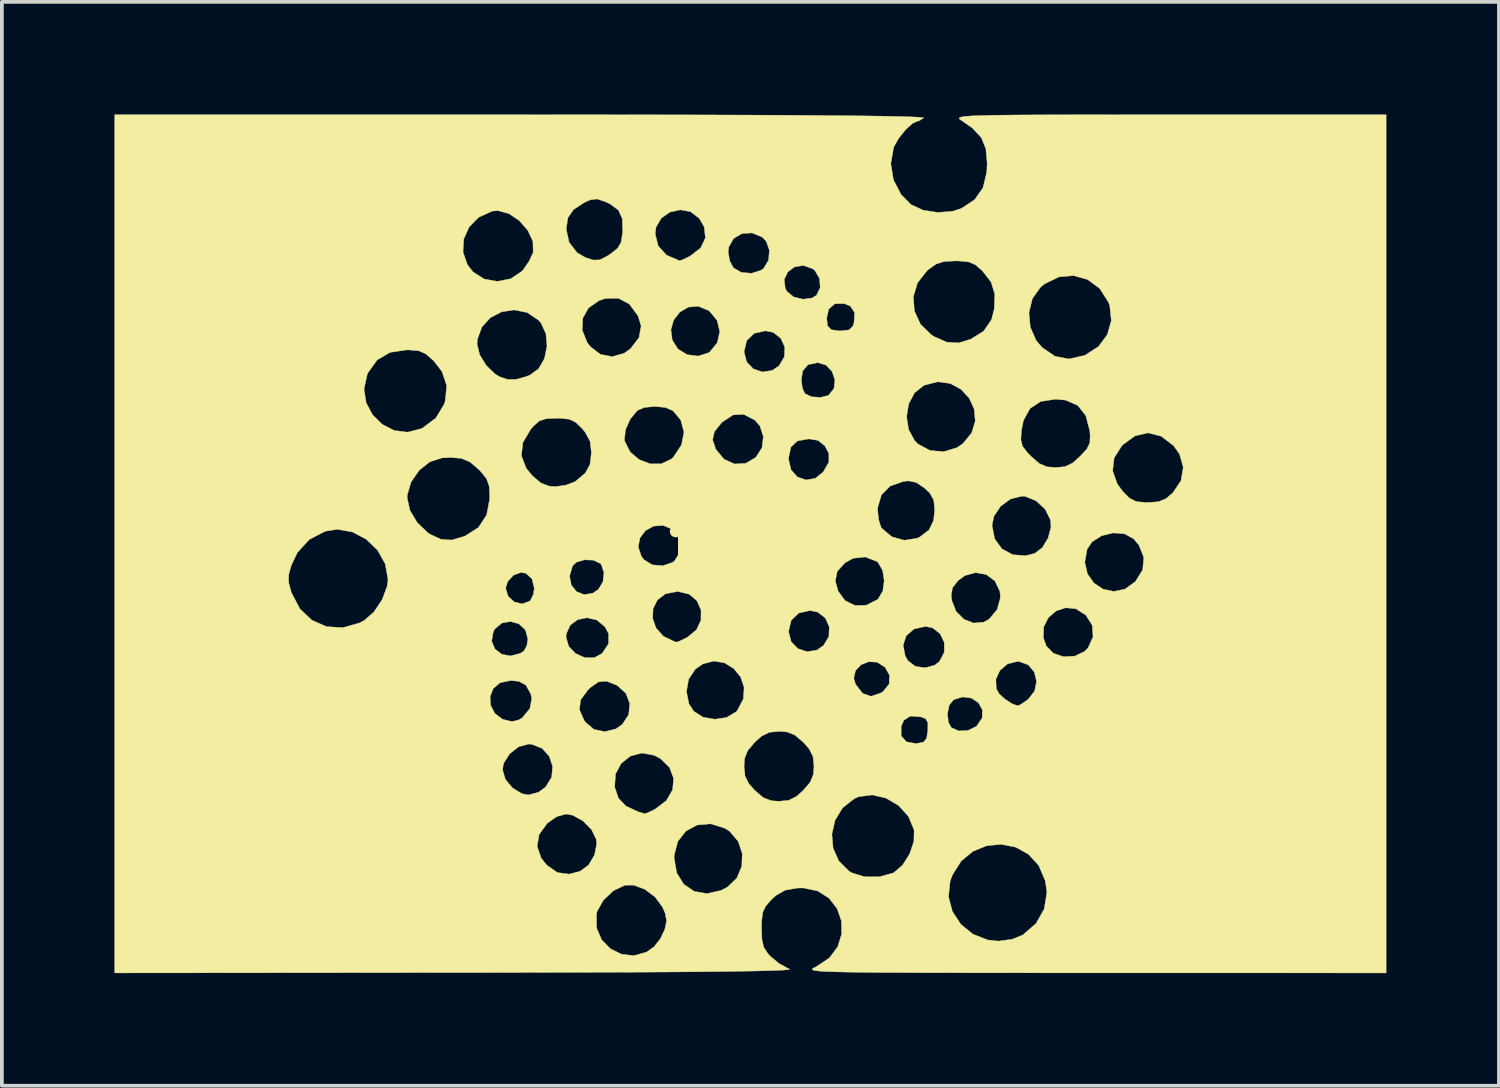
<source format=kicad_pcb>
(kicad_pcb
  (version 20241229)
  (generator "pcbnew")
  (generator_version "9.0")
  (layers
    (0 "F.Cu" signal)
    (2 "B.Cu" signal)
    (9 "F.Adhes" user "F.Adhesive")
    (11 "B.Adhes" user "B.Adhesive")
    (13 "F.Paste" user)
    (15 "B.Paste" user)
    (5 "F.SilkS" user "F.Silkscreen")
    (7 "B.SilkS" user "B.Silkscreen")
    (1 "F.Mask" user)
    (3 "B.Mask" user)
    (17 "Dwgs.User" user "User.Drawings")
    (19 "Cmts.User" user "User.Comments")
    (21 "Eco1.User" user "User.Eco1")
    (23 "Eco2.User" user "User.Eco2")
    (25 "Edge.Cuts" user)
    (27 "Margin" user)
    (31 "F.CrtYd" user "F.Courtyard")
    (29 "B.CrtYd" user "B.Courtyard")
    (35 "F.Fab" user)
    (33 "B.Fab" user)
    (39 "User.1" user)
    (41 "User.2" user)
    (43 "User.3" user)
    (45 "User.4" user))
  (footprint "test"
    (layer "F.Cu")
    (at 16.938 11.435)
    (property "Reference" "test" (at 0 0 0) (layer "F.SilkS") (effects (font (size 1.524 1.524) (thickness 0.3))))
    (attr through_hole)
    (fp_poly (pts (xy -4.32 -11.429) (xy -2.673 -11.427) (xy -1.193 -11.424) (xy 0.119 -11.419) (xy 1.265 -11.414) (xy 2.242 -11.406) (xy 3.052 -11.398) (xy 3.694 -11.388) (xy 4.167 -11.377) (xy 4.471 -11.364) (xy 4.607 -11.351) (xy 4.614 -11.345) (xy 4.491 -11.265) (xy 4.456 -11.261) (xy 4.313 -11.195) (xy 4.131 -11.028) (xy 3.955 -10.808) (xy 3.826 -10.584) (xy 3.815 -10.557) (xy 3.739 -10.129) (xy 3.81 -9.695) (xy 4.014 -9.302) (xy 4.281 -9.034) (xy 4.598 -8.887) (xy 4.991 -8.826) (xy 5.386 -8.857) (xy 5.619 -8.933) (xy 5.973 -9.167) (xy 6.194 -9.482) (xy 6.296 -9.9) (xy 6.306 -10.134) (xy 6.271 -10.524) (xy 6.149 -10.821) (xy 5.913 -11.074) (xy 5.63 -11.272) (xy 5.584 -11.302) (xy 5.56 -11.329) (xy 5.57 -11.351) (xy 5.623 -11.37) (xy 5.733 -11.386) (xy 5.91 -11.399) (xy 6.165 -11.408) (xy 6.51 -11.416) (xy 6.956 -11.421) (xy 7.514 -11.425) (xy 8.196 -11.428) (xy 9.013 -11.429) (xy 9.976 -11.43) (xy 11.097 -11.43) (xy 11.155 -11.43) (xy 16.933 -11.43) (xy 16.933 11.43) (xy 9.165 11.428) (xy 7.844 11.428) (xy 6.682 11.427) (xy 5.67 11.426) (xy 4.798 11.425) (xy 4.057 11.422) (xy 3.436 11.419) (xy 2.926 11.414) (xy 2.518 11.407) (xy 2.201 11.399) (xy 1.965 11.39) (xy 1.802 11.378) (xy 1.701 11.363) (xy 1.652 11.346) (xy 1.646 11.327) (xy 1.673 11.304) (xy 1.724 11.278) (xy 1.75 11.266) (xy 2.102 11.032) (xy 2.326 10.731) (xy 2.431 10.391) (xy 2.423 10.043) (xy 2.309 9.717) (xy 2.097 9.442) (xy 2.033 9.4) (xy 5.277 9.4) (xy 5.38 9.792) (xy 5.604 10.134) (xy 5.928 10.398) (xy 6.326 10.553) (xy 6.604 10.583) (xy 6.97 10.533) (xy 7.256 10.418) (xy 7.608 10.113) (xy 7.826 9.724) (xy 7.897 9.284) (xy 7.855 8.978) (xy 7.678 8.566) (xy 7.404 8.267) (xy 7.063 8.08) (xy 6.683 8.005) (xy 6.296 8.042) (xy 5.929 8.19) (xy 5.615 8.45) (xy 5.381 8.821) (xy 5.32 8.988) (xy 5.277 9.4) (xy 2.033 9.4) (xy 1.795 9.248) (xy 1.409 9.166) (xy 1.241 9.17) (xy 0.924 9.228) (xy 0.683 9.364) (xy 0.564 9.473) (xy 0.41 9.646) (xy 0.33 9.812) (xy 0.3 10.039) (xy 0.296 10.241) (xy 0.308 10.545) (xy 0.356 10.747) (xy 0.463 10.912) (xy 0.535 10.99) (xy 0.763 11.179) (xy 1.01 11.314) (xy 1.043 11.326) (xy 1.025 11.341) (xy 0.871 11.355) (xy 0.578 11.367) (xy 0.142 11.378) (xy -0.439 11.388) (xy -1.17 11.397) (xy -2.053 11.404) (xy -3.091 11.41) (xy -4.287 11.414) (xy -5.646 11.418) (xy -7.169 11.421) (xy -7.811 11.421) (xy -16.933 11.43) (xy -16.933 9.863) (xy -4.101 9.863) (xy -4.097 10.232) (xy -3.963 10.546) (xy -3.73 10.785) (xy -3.432 10.932) (xy -3.101 10.969) (xy -2.769 10.875) (xy -2.564 10.731) (xy -2.403 10.526) (xy -2.282 10.275) (xy -2.282 10.274) (xy -2.233 10.048) (xy -2.27 9.84) (xy -2.343 9.673) (xy -2.54 9.406) (xy -2.815 9.201) (xy -3.114 9.091) (xy -3.341 9.093) (xy -3.649 9.24) (xy -3.913 9.488) (xy -4.08 9.782) (xy -4.101 9.863) (xy -16.933 9.863) (xy -16.933 8.059) (xy -5.681 8.059) (xy -5.57 8.377) (xy -5.425 8.558) (xy -5.142 8.756) (xy -4.828 8.798) (xy -4.539 8.724) (xy -4.312 8.558) (xy -4.197 8.364) (xy -2.032 8.364) (xy -1.963 8.765) (xy -1.775 9.068) (xy -1.496 9.258) (xy -1.154 9.317) (xy -0.779 9.231) (xy -0.618 9.148) (xy -0.362 8.904) (xy -0.23 8.589) (xy -0.218 8.248) (xy -0.327 7.923) (xy -0.487 7.735) (xy 2.17 7.735) (xy 2.203 8.109) (xy 2.354 8.449) (xy 2.624 8.717) (xy 2.7 8.763) (xy 3.04 8.868) (xy 3.431 8.87) (xy 3.792 8.771) (xy 3.822 8.757) (xy 4.053 8.559) (xy 4.241 8.259) (xy 4.354 7.925) (xy 4.361 7.622) (xy 4.36 7.62) (xy 4.207 7.258) (xy 3.944 6.969) (xy 3.61 6.773) (xy 3.243 6.688) (xy 2.881 6.737) (xy 2.767 6.787) (xy 2.454 7.035) (xy 2.254 7.364) (xy 2.17 7.735) (xy -0.487 7.735) (xy -0.553 7.658) (xy -0.684 7.574) (xy -1.062 7.458) (xy -1.416 7.489) (xy -1.716 7.65) (xy -1.931 7.922) (xy -2.029 8.286) (xy -2.032 8.364) (xy -4.197 8.364) (xy -4.153 8.291) (xy -4.094 7.99) (xy -4.107 7.87) (xy -4.234 7.609) (xy -4.463 7.379) (xy -4.735 7.229) (xy -4.908 7.197) (xy -5.162 7.267) (xy -5.41 7.442) (xy -5.627 7.74) (xy -5.681 8.059) (xy -16.933 8.059) (xy -16.933 6.011) (xy -6.604 6.011) (xy -6.529 6.27) (xy -6.339 6.502) (xy -6.086 6.655) (xy -5.911 6.689) (xy -5.644 6.617) (xy -5.457 6.481) (xy -5.453 6.474) (xy -3.615 6.474) (xy -3.613 6.486) (xy -3.517 6.774) (xy -3.319 6.983) (xy -2.993 7.136) (xy -2.811 7.19) (xy -2.727 7.16) (xy -2.556 7.078) (xy -2.541 7.07) (xy -2.238 6.839) (xy -2.073 6.553) (xy -2.045 6.248) (xy -2.154 5.958) (xy -2.186 5.927) (xy -0.169 5.927) (xy -0.143 6.186) (xy -0.041 6.392) (xy 0.119 6.57) (xy 0.34 6.759) (xy 0.55 6.842) (xy 0.762 6.858) (xy 1.021 6.832) (xy 1.227 6.729) (xy 1.405 6.57) (xy 1.594 6.349) (xy 1.678 6.139) (xy 1.693 5.927) (xy 1.667 5.667) (xy 1.565 5.462) (xy 1.405 5.283) (xy 1.184 5.094) (xy 0.974 5.011) (xy 0.762 4.995) (xy 0.503 5.021) (xy 0.297 5.124) (xy 0.119 5.283) (xy -0.07 5.504) (xy -0.154 5.714) (xy -0.169 5.927) (xy -2.186 5.927) (xy -2.399 5.719) (xy -2.562 5.633) (xy -2.893 5.573) (xy -3.198 5.655) (xy -3.443 5.85) (xy -3.593 6.132) (xy -3.615 6.474) (xy -5.453 6.474) (xy -5.295 6.219) (xy -5.268 5.931) (xy -5.358 5.66) (xy -5.548 5.449) (xy -5.821 5.34) (xy -5.911 5.334) (xy -6.176 5.407) (xy -6.413 5.593) (xy -6.57 5.84) (xy -6.604 6.011) (xy -16.933 6.011) (xy -16.933 4.071) (xy -6.934 4.071) (xy -6.919 4.304) (xy -6.807 4.518) (xy -6.601 4.675) (xy -6.345 4.735) (xy -6.17 4.69) (xy -6.08 4.636) (xy -5.896 4.416) (xy -4.555 4.416) (xy -4.428 4.704) (xy -4.397 4.749) (xy -4.167 4.943) (xy -3.878 5.004) (xy -3.581 4.929) (xy -3.491 4.866) (xy 4.015 4.866) (xy 4.016 5.115) (xy 4.153 5.273) (xy 4.404 5.32) (xy 4.438 5.317) (xy 4.613 5.281) (xy 4.693 5.183) (xy 4.725 4.977) (xy 4.727 4.764) (xy 4.667 4.658) (xy 4.535 4.608) (xy 4.26 4.589) (xy 4.086 4.701) (xy 4.015 4.866) (xy -3.491 4.866) (xy -3.413 4.811) (xy -3.242 4.55) (xy -3.213 4.256) (xy -3.318 3.98) (xy -3.366 3.937) (xy -1.703 3.937) (xy -1.638 4.261) (xy -1.509 4.461) (xy -1.259 4.619) (xy -0.947 4.673) (xy -0.634 4.625) (xy -0.464 4.525) (xy 5.248 4.525) (xy 5.274 4.757) (xy 5.351 4.894) (xy 5.547 4.984) (xy 5.795 4.972) (xy 6.017 4.863) (xy 6.026 4.855) (xy 6.172 4.641) (xy 6.179 4.424) (xy 6.076 4.237) (xy 5.89 4.111) (xy 5.649 4.079) (xy 5.413 4.152) (xy 5.296 4.297) (xy 5.248 4.525) (xy -0.464 4.525) (xy -0.383 4.476) (xy -0.345 4.434) (xy -0.187 4.127) (xy -0.168 3.824) (xy -0.249 3.584) (xy 2.753 3.584) (xy 2.801 3.741) (xy 2.988 3.984) (xy 3.208 4.062) (xy 3.469 3.976) (xy 3.537 3.932) (xy 3.696 3.734) (xy 3.7 3.606) (xy 6.538 3.606) (xy 6.549 3.854) (xy 6.625 3.995) (xy 6.775 4.133) (xy 6.966 4.257) (xy 7.119 4.315) (xy 7.122 4.315) (xy 7.217 4.27) (xy 7.38 4.155) (xy 7.397 4.143) (xy 7.571 3.921) (xy 7.621 3.664) (xy 7.562 3.417) (xy 7.404 3.225) (xy 7.162 3.135) (xy 7.115 3.133) (xy 6.847 3.2) (xy 6.646 3.373) (xy 6.538 3.606) (xy 3.7 3.606) (xy 3.704 3.496) (xy 3.585 3.288) (xy 3.379 3.154) (xy 3.152 3.14) (xy 2.945 3.222) (xy 2.799 3.378) (xy 2.753 3.584) (xy -0.249 3.584) (xy -0.262 3.547) (xy -0.444 3.322) (xy -0.689 3.172) (xy -0.972 3.123) (xy -1.267 3.199) (xy -1.469 3.34) (xy -1.646 3.609) (xy -1.703 3.937) (xy -3.366 3.937) (xy -3.55 3.771) (xy -3.562 3.765) (xy -3.834 3.658) (xy -4.049 3.679) (xy -4.27 3.835) (xy -4.325 3.888) (xy -4.521 4.154) (xy -4.555 4.416) (xy -5.896 4.416) (xy -5.873 4.388) (xy -5.824 4.112) (xy -5.856 3.986) (xy -5.981 3.764) (xy -6.171 3.662) (xy -6.386 3.642) (xy -6.669 3.701) (xy -6.851 3.857) (xy -6.934 4.071) (xy -16.933 4.071) (xy -16.933 2.593) (xy -6.892 2.593) (xy -6.806 2.801) (xy -6.626 2.94) (xy -6.388 2.987) (xy -6.131 2.918) (xy -6.032 2.855) (xy -5.955 2.716) (xy -5.927 2.532) (xy -5.941 2.482) (xy -4.911 2.482) (xy -4.839 2.731) (xy -4.658 2.921) (xy -4.416 3.03) (xy -4.162 3.035) (xy -3.949 2.92) (xy -3.779 2.661) (xy -3.777 2.395) (xy -3.873 2.212) (xy -4.091 2.03) (xy -4.277 1.986) (xy -2.604 1.986) (xy -2.514 2.243) (xy -2.32 2.461) (xy -2.023 2.605) (xy -1.964 2.619) (xy -1.88 2.588) (xy -1.708 2.505) (xy -1.685 2.494) (xy -1.494 2.337) (xy 1.016 2.337) (xy 1.086 2.607) (xy 1.265 2.792) (xy 1.508 2.873) (xy 1.769 2.832) (xy 1.947 2.709) (xy 1.953 2.699) (xy 4.068 2.699) (xy 4.123 2.987) (xy 4.196 3.114) (xy 4.392 3.263) (xy 4.652 3.303) (xy 4.909 3.233) (xy 5.035 3.135) (xy 5.164 2.89) (xy 5.164 2.627) (xy 5.104 2.501) (xy 7.802 2.501) (xy 7.88 2.72) (xy 8.07 2.915) (xy 8.34 3.007) (xy 8.635 2.992) (xy 8.897 2.869) (xy 8.994 2.771) (xy 9.127 2.476) (xy 9.104 2.168) (xy 8.936 1.901) (xy 8.673 1.732) (xy 8.398 1.703) (xy 8.142 1.789) (xy 7.937 1.967) (xy 7.813 2.212) (xy 7.802 2.501) (xy 5.104 2.501) (xy 5.053 2.394) (xy 4.851 2.239) (xy 4.662 2.201) (xy 4.357 2.269) (xy 4.152 2.448) (xy 4.068 2.699) (xy 1.953 2.699) (xy 2.09 2.469) (xy 2.1 2.21) (xy 1.996 1.978) (xy 1.795 1.82) (xy 1.589 1.778) (xy 1.285 1.846) (xy 1.087 2.037) (xy 1.016 2.334) (xy 1.016 2.337) (xy -1.494 2.337) (xy -1.438 2.292) (xy -1.318 2.036) (xy -1.315 1.766) (xy -1.421 1.522) (xy -1.628 1.343) (xy -1.928 1.27) (xy -1.944 1.27) (xy -2.262 1.332) (xy -2.478 1.496) (xy -2.592 1.725) (xy -2.604 1.986) (xy -4.277 1.986) (xy -4.348 1.969) (xy -4.599 2.019) (xy -4.8 2.166) (xy -4.905 2.401) (xy -4.911 2.482) (xy -5.941 2.482) (xy -5.995 2.29) (xy -6.166 2.132) (xy -6.391 2.069) (xy -6.621 2.111) (xy -6.807 2.267) (xy -6.848 2.34) (xy -6.892 2.593) (xy -16.933 2.593) (xy -16.933 1.027) (xy -12.301 1.027) (xy -12.232 1.28) (xy -12.225 1.3) (xy -12.002 1.729) (xy -11.681 2.034) (xy -11.291 2.206) (xy -10.858 2.233) (xy -10.411 2.107) (xy -10.287 2.042) (xy -10.028 1.815) (xy -9.811 1.49) (xy -9.696 1.185) (xy -6.519 1.185) (xy -6.452 1.401) (xy -6.288 1.548) (xy -6.08 1.6) (xy -5.884 1.529) (xy -5.859 1.507) (xy -5.781 1.349) (xy -5.757 1.185) (xy -5.818 0.93) (xy -5.895 0.862) (xy -4.817 0.862) (xy -4.77 1.1) (xy -4.63 1.274) (xy -4.428 1.354) (xy -4.194 1.313) (xy -4.05 1.215) (xy -3.929 1.015) (xy -3.926 0.992) (xy 2.262 0.992) (xy 2.336 1.259) (xy 2.522 1.514) (xy 2.786 1.642) (xy 3.085 1.637) (xy 3.376 1.489) (xy 3.408 1.462) (xy 3.466 1.362) (xy 5.348 1.362) (xy 5.364 1.507) (xy 5.478 1.801) (xy 5.686 2.009) (xy 5.947 2.111) (xy 6.217 2.086) (xy 6.357 2.008) (xy 6.572 1.751) (xy 6.659 1.435) (xy 6.645 1.265) (xy 6.511 0.988) (xy 6.281 0.818) (xy 6 0.768) (xy 5.71 0.847) (xy 5.532 0.98) (xy 5.384 1.166) (xy 5.348 1.362) (xy 3.466 1.362) (xy 3.527 1.257) (xy 3.564 0.982) (xy 3.521 0.706) (xy 3.401 0.498) (xy 3.394 0.492) (xy 8.907 0.492) (xy 8.977 0.799) (xy 9.149 1.044) (xy 9.393 1.207) (xy 9.679 1.268) (xy 9.977 1.207) (xy 10.253 1.007) (xy 10.448 0.694) (xy 10.479 0.363) (xy 10.348 0.035) (xy 10.209 -0.132) (xy 9.966 -0.267) (xy 9.664 -0.29) (xy 9.357 -0.215) (xy 9.102 -0.053) (xy 8.969 0.143) (xy 8.907 0.492) (xy 3.394 0.492) (xy 3.368 0.47) (xy 3.061 0.351) (xy 2.738 0.385) (xy 2.519 0.506) (xy 2.313 0.735) (xy 2.262 0.992) (xy -3.926 0.992) (xy -3.9 0.769) (xy -3.969 0.557) (xy -3.996 0.525) (xy -4.18 0.436) (xy -4.418 0.426) (xy -4.634 0.49) (xy -4.738 0.587) (xy -4.817 0.862) (xy -5.895 0.862) (xy -5.982 0.785) (xy -6.107 0.762) (xy -6.31 0.835) (xy -6.468 1.009) (xy -6.519 1.185) (xy -9.696 1.185) (xy -9.677 1.136) (xy -9.653 0.949) (xy -9.727 0.536) (xy -9.93 0.171) (xy -10.024 0.08) (xy -2.988 0.08) (xy -2.906 0.331) (xy -2.834 0.426) (xy -2.611 0.56) (xy -2.333 0.584) (xy -2.075 0.496) (xy -2.018 0.453) (xy -1.888 0.237) (xy -1.866 -0.027) (xy -1.95 -0.27) (xy -2.051 -0.376) (xy -2.322 -0.489) (xy -2.58 -0.471) (xy -2.796 -0.35) (xy -2.941 -0.157) (xy -2.988 0.08) (xy -10.024 0.08) (xy -10.231 -0.12) (xy -10.598 -0.314) (xy -10.997 -0.385) (xy -11.324 -0.335) (xy -11.749 -0.115) (xy -12.067 0.232) (xy -12.225 0.563) (xy -12.299 0.822) (xy -12.301 1.027) (xy -16.933 1.027) (xy -16.933 -1.228) (xy -9.143 -1.228) (xy -9.07 -0.893) (xy -8.873 -0.562) (xy -8.59 -0.292) (xy -8.531 -0.254) (xy -8.235 -0.117) (xy -7.952 -0.101) (xy -7.614 -0.202) (xy -7.595 -0.21) (xy -7.244 -0.436) (xy -7.027 -0.766) (xy -7.002 -0.895) (xy 3.389 -0.895) (xy 3.416 -0.641) (xy 3.477 -0.446) (xy 3.495 -0.417) (xy 3.768 -0.187) (xy 4.099 -0.094) (xy 4.439 -0.148) (xy 4.514 -0.183) (xy 4.757 -0.369) (xy 4.817 -0.493) (xy 6.435 -0.493) (xy 6.506 -0.133) (xy 6.701 0.135) (xy 6.988 0.291) (xy 7.338 0.315) (xy 7.576 0.255) (xy 7.776 0.101) (xy 7.93 -0.155) (xy 8.006 -0.443) (xy 7.994 -0.633) (xy 7.85 -0.921) (xy 7.608 -1.146) (xy 7.322 -1.263) (xy 7.236 -1.27) (xy 6.931 -1.195) (xy 6.665 -1.002) (xy 6.485 -0.733) (xy 6.435 -0.493) (xy 4.817 -0.493) (xy 4.88 -0.623) (xy 4.908 -0.903) (xy 4.884 -1.163) (xy 4.78 -1.35) (xy 4.64 -1.483) (xy 4.419 -1.634) (xy 4.214 -1.676) (xy 4.078 -1.663) (xy 3.722 -1.537) (xy 3.489 -1.302) (xy 3.392 -0.971) (xy 3.389 -0.895) (xy -7.002 -0.895) (xy -6.944 -1.199) (xy -6.943 -1.259) (xy -6.959 -1.54) (xy -7.03 -1.737) (xy -7.19 -1.934) (xy -7.242 -1.987) (xy -7.466 -2.177) (xy -7.694 -2.275) (xy -7.987 -2.3) (xy -8.213 -2.288) (xy -8.535 -2.186) (xy -8.823 -1.958) (xy -9.037 -1.649) (xy -9.14 -1.303) (xy -9.143 -1.228) (xy -16.933 -1.228) (xy -16.933 -2.351) (xy -6.101 -2.351) (xy -5.973 -2.014) (xy -5.808 -1.812) (xy -5.579 -1.619) (xy -5.361 -1.536) (xy -5.192 -1.524) (xy -4.916 -1.562) (xy -4.676 -1.654) (xy -4.654 -1.668) (xy -4.401 -1.881) (xy -4.274 -2.109) (xy -4.236 -2.419) (xy -4.236 -2.433) (xy -4.27 -2.73) (xy -4.296 -2.778) (xy -3.356 -2.778) (xy -3.348 -2.735) (xy -3.204 -2.448) (xy -2.963 -2.242) (xy -2.671 -2.132) (xy -2.37 -2.132) (xy -2.105 -2.258) (xy -2.052 -2.307) (xy -1.835 -2.637) (xy -1.809 -2.771) (xy -1.007 -2.771) (xy -0.924 -2.525) (xy -0.918 -2.513) (xy -0.701 -2.253) (xy -0.423 -2.127) (xy -0.126 -2.143) (xy 0.064 -2.255) (xy 1.016 -2.255) (xy 1.082 -1.971) (xy 1.252 -1.781) (xy 1.482 -1.701) (xy 1.73 -1.745) (xy 1.941 -1.916) (xy 1.956 -1.943) (xy 9.649 -1.943) (xy 9.774 -1.592) (xy 9.915 -1.4) (xy 10.102 -1.212) (xy 10.278 -1.125) (xy 10.526 -1.101) (xy 10.586 -1.101) (xy 10.869 -1.121) (xy 11.071 -1.203) (xy 11.254 -1.361) (xy 11.469 -1.682) (xy 11.529 -2.036) (xy 11.432 -2.387) (xy 11.274 -2.611) (xy 10.944 -2.865) (xy 10.596 -2.954) (xy 10.247 -2.877) (xy 9.916 -2.635) (xy 9.893 -2.611) (xy 9.688 -2.287) (xy 9.649 -1.943) (xy 1.956 -1.943) (xy 2.09 -2.174) (xy 2.09 -2.406) (xy 1.985 -2.606) (xy 1.804 -2.754) (xy 1.555 -2.794) (xy 1.255 -2.741) (xy 1.079 -2.576) (xy 1.016 -2.287) (xy 1.016 -2.255) (xy 0.064 -2.255) (xy 0.143 -2.301) (xy 0.308 -2.558) (xy 0.345 -2.857) (xy 0.253 -3.14) (xy 0.116 -3.296) (xy -0.056 -3.385) (xy 4.161 -3.385) (xy 4.214 -3.041) (xy 4.378 -2.743) (xy 4.459 -2.662) (xy 4.782 -2.487) (xy 5.147 -2.454) (xy 5.502 -2.562) (xy 5.66 -2.669) (xy 5.743 -2.771) (xy 7.204 -2.771) (xy 7.247 -2.6) (xy 7.377 -2.43) (xy 7.474 -2.331) (xy 7.695 -2.139) (xy 7.898 -2.051) (xy 8.128 -2.032) (xy 8.381 -2.056) (xy 8.582 -2.153) (xy 8.782 -2.331) (xy 8.962 -2.526) (xy 9.041 -2.688) (xy 9.049 -2.89) (xy 9.037 -3.018) (xy 8.932 -3.417) (xy 8.719 -3.686) (xy 8.395 -3.827) (xy 8.128 -3.852) (xy 7.731 -3.791) (xy 7.448 -3.604) (xy 7.274 -3.288) (xy 7.219 -3.018) (xy 7.204 -2.771) (xy 5.743 -2.771) (xy 5.895 -2.956) (xy 5.989 -3.271) (xy 5.961 -3.588) (xy 5.828 -3.879) (xy 5.61 -4.115) (xy 5.325 -4.27) (xy 4.991 -4.316) (xy 4.627 -4.224) (xy 4.626 -4.223) (xy 4.373 -4.023) (xy 4.216 -3.728) (xy 4.161 -3.385) (xy -0.056 -3.385) (xy -0.178 -3.448) (xy -0.461 -3.433) (xy -0.743 -3.248) (xy -0.769 -3.224) (xy -0.959 -2.987) (xy -1.007 -2.771) (xy -1.809 -2.771) (xy -1.769 -2.977) (xy -1.857 -3.299) (xy -2.063 -3.546) (xy -2.264 -3.631) (xy -2.544 -3.66) (xy -2.821 -3.632) (xy -3.01 -3.553) (xy -3.2 -3.324) (xy -3.326 -3.042) (xy -3.356 -2.778) (xy -4.296 -2.778) (xy -4.403 -2.975) (xy -4.48 -3.068) (xy -4.652 -3.236) (xy -4.821 -3.318) (xy -5.06 -3.343) (xy -5.167 -3.344) (xy -5.442 -3.332) (xy -5.619 -3.275) (xy -5.773 -3.142) (xy -5.851 -3.051) (xy -6.06 -2.699) (xy -6.101 -2.351) (xy -16.933 -2.351) (xy -16.933 -4.12) (xy -10.292 -4.12) (xy -10.235 -3.756) (xy -10.064 -3.435) (xy -9.806 -3.181) (xy -9.486 -3.018) (xy -9.129 -2.973) (xy -8.763 -3.069) (xy -8.737 -3.082) (xy -8.379 -3.35) (xy -8.158 -3.716) (xy -8.129 -3.806) (xy -8.089 -4.213) (xy -8.138 -4.36) (xy 1.355 -4.36) (xy 1.386 -4.141) (xy 1.456 -3.996) (xy 1.629 -3.917) (xy 1.865 -3.9) (xy 2.069 -3.95) (xy 2.084 -3.959) (xy 2.227 -4.138) (xy 2.251 -4.366) (xy 2.174 -4.591) (xy 2.012 -4.761) (xy 1.793 -4.826) (xy 1.532 -4.771) (xy 1.39 -4.6) (xy 1.355 -4.36) (xy -8.138 -4.36) (xy -8.213 -4.587) (xy -8.44 -4.878) (xy -8.642 -5.056) (xy -8.833 -5.141) (xy -9.094 -5.164) (xy -9.155 -5.165) (xy -9.599 -5.099) (xy -9.94 -4.899) (xy -10.182 -4.563) (xy -10.21 -4.501) (xy -10.292 -4.12) (xy -16.933 -4.12) (xy -16.933 -5.317) (xy -7.281 -5.317) (xy -7.211 -5.034) (xy -7.033 -4.745) (xy -6.791 -4.515) (xy -6.666 -4.444) (xy -6.459 -4.376) (xy -6.26 -4.376) (xy -5.999 -4.447) (xy -5.878 -4.491) (xy -5.641 -4.662) (xy -5.485 -4.936) (xy -5.418 -5.265) (xy -5.447 -5.598) (xy -5.489 -5.689) (xy -4.479 -5.689) (xy -4.347 -5.361) (xy -4.268 -5.256) (xy -3.995 -5.046) (xy -3.678 -4.986) (xy -3.36 -5.077) (xy -3.191 -5.2) (xy -2.967 -5.494) (xy -2.929 -5.704) (xy -2.118 -5.704) (xy -2.082 -5.429) (xy -1.933 -5.191) (xy -1.686 -5.038) (xy -1.389 -5.001) (xy -1.116 -5.088) (xy -1.083 -5.111) (xy -1.08 -5.114) (xy -0.169 -5.114) (xy -0.099 -4.843) (xy 0.08 -4.658) (xy 0.323 -4.577) (xy 0.583 -4.619) (xy 0.762 -4.741) (xy 0.905 -4.982) (xy 0.915 -5.241) (xy 0.811 -5.473) (xy 0.61 -5.631) (xy 0.404 -5.673) (xy 0.099 -5.605) (xy -0.098 -5.413) (xy -0.169 -5.117) (xy -0.169 -5.114) (xy -1.08 -5.114) (xy -0.882 -5.357) (xy -0.816 -5.653) (xy -0.886 -5.949) (xy -0.94 -6.015) (xy 2.032 -6.015) (xy 2.055 -5.805) (xy 2.151 -5.703) (xy 2.362 -5.673) (xy 2.425 -5.673) (xy 2.631 -5.698) (xy 2.732 -5.8) (xy 2.759 -5.884) (xy 2.777 -6.157) (xy 2.662 -6.331) (xy 2.5 -6.399) (xy 2.251 -6.395) (xy 2.086 -6.252) (xy 2.032 -6.015) (xy -0.94 -6.015) (xy -1.089 -6.196) (xy -1.114 -6.214) (xy -1.392 -6.329) (xy -1.655 -6.304) (xy -1.88 -6.172) (xy -2.043 -5.962) (xy -2.118 -5.704) (xy -2.929 -5.704) (xy -2.911 -5.803) (xy -2.993 -6.072) (xy -3.226 -6.386) (xy -3.516 -6.541) (xy -3.857 -6.536) (xy -4.028 -6.48) (xy -4.313 -6.283) (xy -4.466 -6.008) (xy -4.479 -5.689) (xy -5.489 -5.689) (xy -5.581 -5.888) (xy -5.64 -5.955) (xy -5.946 -6.16) (xy -6.287 -6.23) (xy -6.626 -6.179) (xy -6.928 -6.022) (xy -7.155 -5.771) (xy -7.273 -5.442) (xy -7.281 -5.317) (xy -16.933 -5.317) (xy -16.933 -7.77) (xy -7.655 -7.77) (xy -7.538 -7.434) (xy -7.391 -7.245) (xy -7.089 -7.052) (xy -6.737 -6.99) (xy -6.48 -7.041) (xy 0.9 -7.041) (xy 0.927 -6.807) (xy 0.973 -6.721) (xy 1.154 -6.575) (xy 1.404 -6.515) (xy 1.648 -6.549) (xy 1.7 -6.582) (xy 4.34 -6.582) (xy 4.367 -6.203) (xy 4.529 -5.851) (xy 4.822 -5.564) (xy 4.892 -5.521) (xy 5.233 -5.37) (xy 5.546 -5.352) (xy 5.866 -5.449) (xy 6.214 -5.666) (xy 6.423 -5.972) (xy 6.471 -6.162) (xy 7.42 -6.162) (xy 7.454 -5.775) (xy 7.612 -5.416) (xy 7.767 -5.232) (xy 8.114 -4.995) (xy 8.484 -4.924) (xy 8.893 -5.016) (xy 8.921 -5.027) (xy 9.271 -5.254) (xy 9.507 -5.573) (xy 9.613 -5.947) (xy 9.572 -6.34) (xy 9.537 -6.436) (xy 9.304 -6.8) (xy 8.984 -7.038) (xy 8.61 -7.144) (xy 8.218 -7.109) (xy 7.84 -6.926) (xy 7.726 -6.833) (xy 7.51 -6.53) (xy 7.42 -6.162) (xy 6.471 -6.162) (xy 6.495 -6.254) (xy 6.508 -6.654) (xy 6.411 -6.971) (xy 6.186 -7.263) (xy 6.174 -7.275) (xy 5.992 -7.433) (xy 5.81 -7.51) (xy 5.554 -7.534) (xy 5.457 -7.535) (xy 5.157 -7.519) (xy 4.945 -7.451) (xy 4.74 -7.305) (xy 4.706 -7.276) (xy 4.452 -6.953) (xy 4.34 -6.582) (xy 1.7 -6.582) (xy 1.761 -6.621) (xy 1.859 -6.824) (xy 1.841 -7.068) (xy 1.719 -7.278) (xy 1.66 -7.326) (xy 1.41 -7.414) (xy 1.176 -7.375) (xy 0.995 -7.241) (xy 0.9 -7.041) (xy -6.48 -7.041) (xy -6.387 -7.059) (xy -6.091 -7.256) (xy -6.053 -7.298) (xy -5.896 -7.525) (xy -5.793 -7.747) (xy -5.786 -7.77) (xy -5.794 -8.057) (xy -5.929 -8.348) (xy -5.959 -8.382) (xy -4.906 -8.382) (xy -4.83 -8.031) (xy -4.618 -7.756) (xy -4.403 -7.629) (xy -4.182 -7.558) (xy -4.013 -7.564) (xy -3.821 -7.66) (xy -3.717 -7.729) (xy -3.535 -7.874) (xy -3.444 -8.035) (xy -3.409 -8.261) (xy -2.537 -8.261) (xy -2.457 -7.936) (xy -2.237 -7.691) (xy -1.896 -7.544) (xy -1.88 -7.541) (xy -1.795 -7.572) (xy -1.624 -7.654) (xy -1.607 -7.663) (xy -1.469 -7.77) (xy -0.593 -7.77) (xy -0.548 -7.529) (xy -0.453 -7.352) (xy -0.24 -7.228) (xy 0.033 -7.206) (xy 0.287 -7.288) (xy 0.353 -7.337) (xy 0.483 -7.552) (xy 0.505 -7.817) (xy 0.421 -8.059) (xy 0.32 -8.166) (xy 0.042 -8.281) (xy -0.229 -8.263) (xy -0.449 -8.131) (xy -0.577 -7.904) (xy -0.593 -7.77) (xy -1.469 -7.77) (xy -1.326 -7.88) (xy -1.199 -8.148) (xy -1.232 -8.444) (xy -1.361 -8.667) (xy -1.592 -8.846) (xy -1.868 -8.896) (xy -2.143 -8.835) (xy -2.373 -8.675) (xy -2.514 -8.434) (xy -2.537 -8.261) (xy -3.409 -8.261) (xy -3.406 -8.283) (xy -3.403 -8.328) (xy -3.413 -8.663) (xy -3.516 -8.889) (xy -3.74 -9.054) (xy -3.875 -9.116) (xy -4.088 -9.185) (xy -4.265 -9.163) (xy -4.425 -9.09) (xy -4.712 -8.902) (xy -4.862 -8.683) (xy -4.906 -8.389) (xy -4.906 -8.382) (xy -5.959 -8.382) (xy -6.154 -8.606) (xy -6.431 -8.794) (xy -6.725 -8.875) (xy -6.878 -8.861) (xy -7.236 -8.698) (xy -7.493 -8.438) (xy -7.636 -8.117) (xy -7.655 -7.77) (xy -16.933 -7.77) (xy -16.933 -11.43) (xy -6.133 -11.43) (xy -4.32 -11.429)) (stroke (width 0.01) (type solid)) (fill yes) (layer "F.SilkS")))
  (gr_rect
    (start -3 -3)
    (end 36.877 25.87)
    (stroke (width 0.1) (type default))
    (fill no)
    (layer "Edge.Cuts")))
</source>
